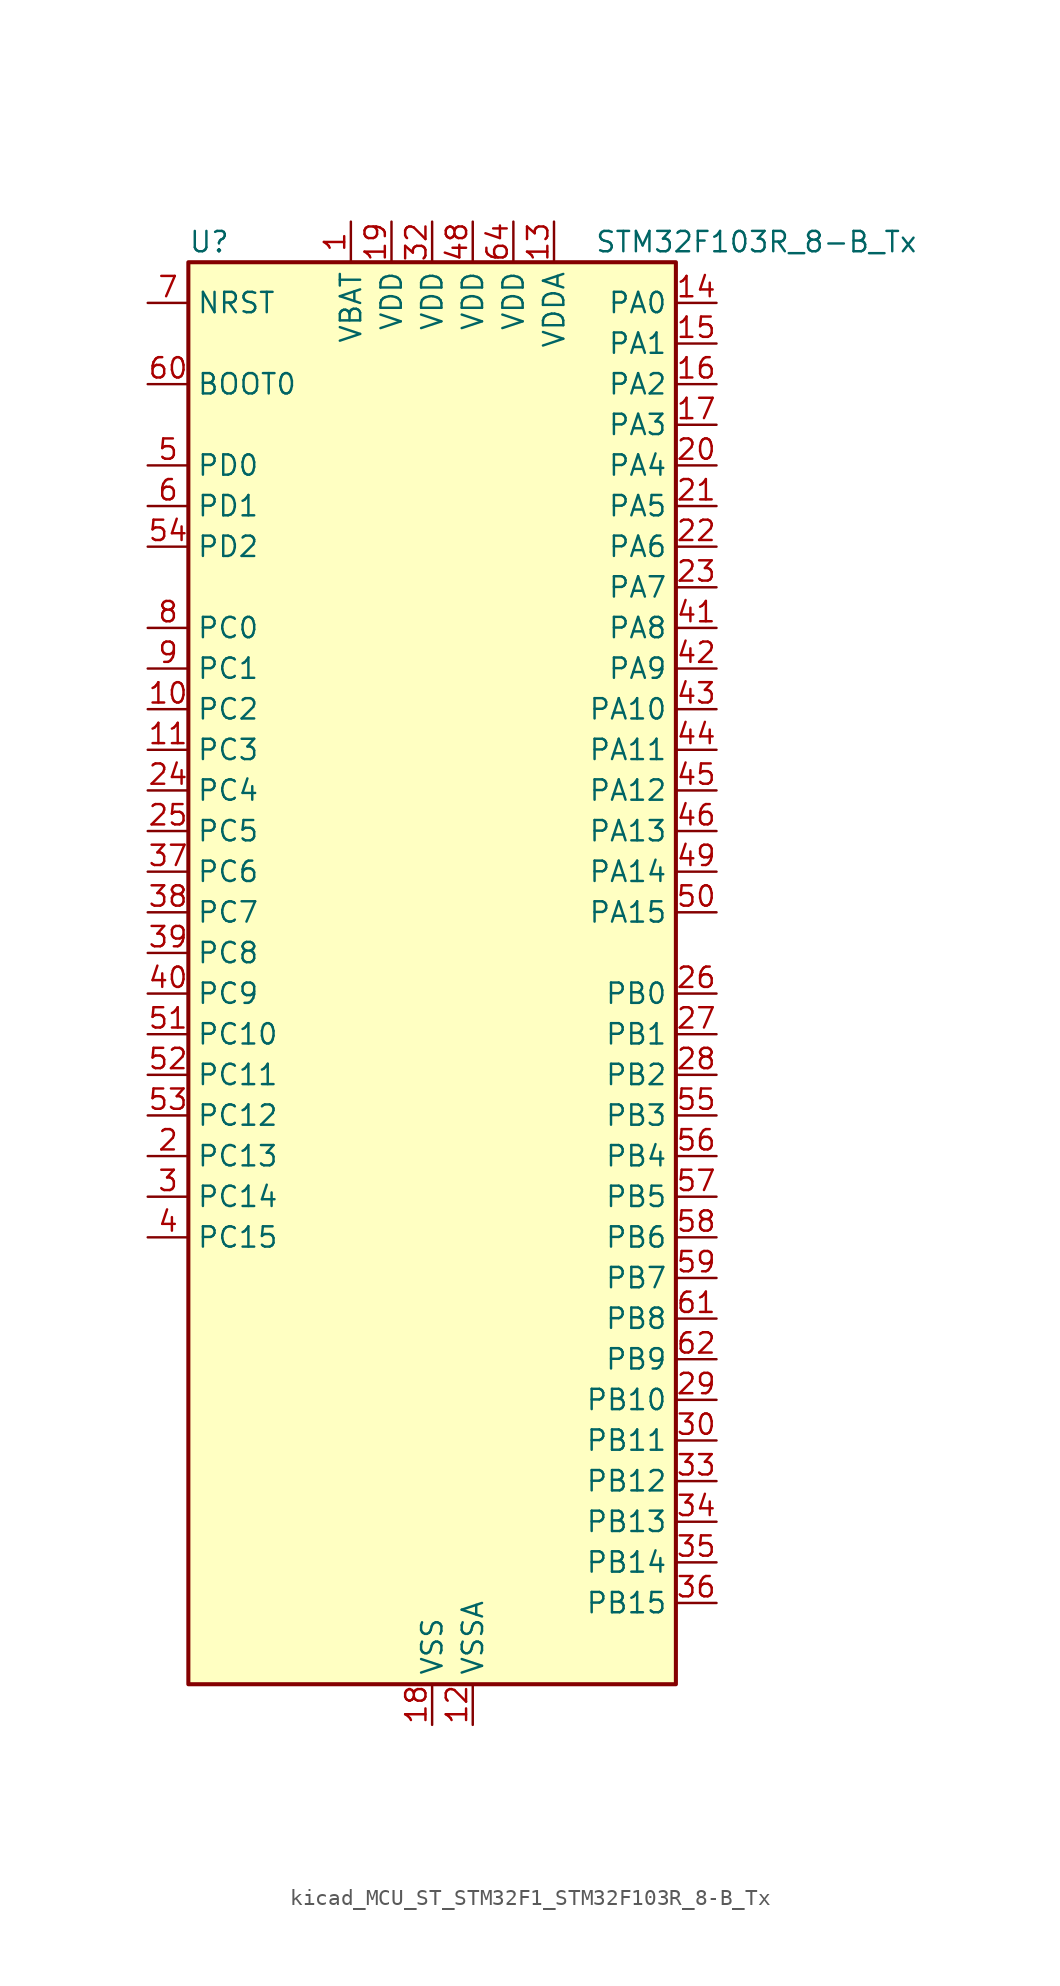
<source format=kicad_sym>
(kicad_symbol_lib
  (version 20220914)
  (generator kicad_symbol_editor)
  (symbol "kicad_MCU_ST_STM32F1_STM32F103R_8-B_Tx"
    (property "Reference" "U"
      (at -15.24 46.99 0)
      (effects (font (size 1.27 1.27)) (justify left)))
    (property "Value" "STM32F103R_8-B_Tx"
      (at 10.16 46.99 0)
      (effects (font (size 1.27 1.27)) (justify left)))
    (property "ki_locked" ""
      (at 0 0 0)
      (effects (font (size 1.27 1.27))))
    (symbol "kicad_MCU_ST_STM32F1_STM32F103R_8-B_Tx_0_1"
      (rectangle (start -15.24 -43.18) (end 15.24 45.72) (stroke (width 0.254) (type default)) (fill (type background))))
    (symbol "kicad_MCU_ST_STM32F1_STM32F103R_8-B_Tx_1_1"
      (pin power_in line (at -5.08 48.26 270) (length 2.54) (name "VBAT" (effects (font (size 1.27 1.27)))) (number "1" (effects (font (size 1.27 1.27)))))
      (pin bidirectional line (at -17.78 17.78 0) (length 2.54) (name "PC2" (effects (font (size 1.27 1.27)))) (number "10" (effects (font (size 1.27 1.27)))) (alternate "ADC1_IN12" bidirectional line) (alternate "ADC2_IN12" bidirectional line))
      (pin bidirectional line (at -17.78 15.24 0) (length 2.54) (name "PC3" (effects (font (size 1.27 1.27)))) (number "11" (effects (font (size 1.27 1.27)))) (alternate "ADC1_IN13" bidirectional line) (alternate "ADC2_IN13" bidirectional line))
      (pin power_in line (at 2.54 -45.72 90) (length 2.54) (name "VSSA" (effects (font (size 1.27 1.27)))) (number "12" (effects (font (size 1.27 1.27)))))
      (pin power_in line (at 7.62 48.26 270) (length 2.54) (name "VDDA" (effects (font (size 1.27 1.27)))) (number "13" (effects (font (size 1.27 1.27)))))
      (pin bidirectional line (at 17.78 43.18 180) (length 2.54) (name "PA0" (effects (font (size 1.27 1.27)))) (number "14" (effects (font (size 1.27 1.27)))) (alternate "ADC1_IN0" bidirectional line) (alternate "ADC2_IN0" bidirectional line) (alternate "SYS_WKUP" bidirectional line) (alternate "TIM2_CH1" bidirectional line) (alternate "TIM2_ETR" bidirectional line) (alternate "USART2_CTS" bidirectional line))
      (pin bidirectional line (at 17.78 40.64 180) (length 2.54) (name "PA1" (effects (font (size 1.27 1.27)))) (number "15" (effects (font (size 1.27 1.27)))) (alternate "ADC1_IN1" bidirectional line) (alternate "ADC2_IN1" bidirectional line) (alternate "TIM2_CH2" bidirectional line) (alternate "USART2_RTS" bidirectional line))
      (pin bidirectional line (at 17.78 38.1 180) (length 2.54) (name "PA2" (effects (font (size 1.27 1.27)))) (number "16" (effects (font (size 1.27 1.27)))) (alternate "ADC1_IN2" bidirectional line) (alternate "ADC2_IN2" bidirectional line) (alternate "TIM2_CH3" bidirectional line) (alternate "USART2_TX" bidirectional line))
      (pin bidirectional line (at 17.78 35.56 180) (length 2.54) (name "PA3" (effects (font (size 1.27 1.27)))) (number "17" (effects (font (size 1.27 1.27)))) (alternate "ADC1_IN3" bidirectional line) (alternate "ADC2_IN3" bidirectional line) (alternate "TIM2_CH4" bidirectional line) (alternate "USART2_RX" bidirectional line))
      (pin power_in line (at 0 -45.72 90) (length 2.54) (name "VSS" (effects (font (size 1.27 1.27)))) (number "18" (effects (font (size 1.27 1.27)))))
      (pin power_in line (at -2.54 48.26 270) (length 2.54) (name "VDD" (effects (font (size 1.27 1.27)))) (number "19" (effects (font (size 1.27 1.27)))))
      (pin bidirectional line (at -17.78 -10.16 0) (length 2.54) (name "PC13" (effects (font (size 1.27 1.27)))) (number "2" (effects (font (size 1.27 1.27)))) (alternate "RTC_OUT" bidirectional line) (alternate "RTC_TAMPER" bidirectional line))
      (pin bidirectional line (at 17.78 33.02 180) (length 2.54) (name "PA4" (effects (font (size 1.27 1.27)))) (number "20" (effects (font (size 1.27 1.27)))) (alternate "ADC1_IN4" bidirectional line) (alternate "ADC2_IN4" bidirectional line) (alternate "SPI1_NSS" bidirectional line) (alternate "USART2_CK" bidirectional line))
      (pin bidirectional line (at 17.78 30.48 180) (length 2.54) (name "PA5" (effects (font (size 1.27 1.27)))) (number "21" (effects (font (size 1.27 1.27)))) (alternate "ADC1_IN5" bidirectional line) (alternate "ADC2_IN5" bidirectional line) (alternate "SPI1_SCK" bidirectional line))
      (pin bidirectional line (at 17.78 27.94 180) (length 2.54) (name "PA6" (effects (font (size 1.27 1.27)))) (number "22" (effects (font (size 1.27 1.27)))) (alternate "ADC1_IN6" bidirectional line) (alternate "ADC2_IN6" bidirectional line) (alternate "SPI1_MISO" bidirectional line) (alternate "TIM1_BKIN" bidirectional line) (alternate "TIM3_CH1" bidirectional line))
      (pin bidirectional line (at 17.78 25.4 180) (length 2.54) (name "PA7" (effects (font (size 1.27 1.27)))) (number "23" (effects (font (size 1.27 1.27)))) (alternate "ADC1_IN7" bidirectional line) (alternate "ADC2_IN7" bidirectional line) (alternate "SPI1_MOSI" bidirectional line) (alternate "TIM1_CH1N" bidirectional line) (alternate "TIM3_CH2" bidirectional line))
      (pin bidirectional line (at -17.78 12.7 0) (length 2.54) (name "PC4" (effects (font (size 1.27 1.27)))) (number "24" (effects (font (size 1.27 1.27)))) (alternate "ADC1_IN14" bidirectional line) (alternate "ADC2_IN14" bidirectional line))
      (pin bidirectional line (at -17.78 10.16 0) (length 2.54) (name "PC5" (effects (font (size 1.27 1.27)))) (number "25" (effects (font (size 1.27 1.27)))) (alternate "ADC1_IN15" bidirectional line) (alternate "ADC2_IN15" bidirectional line))
      (pin bidirectional line (at 17.78 0 180) (length 2.54) (name "PB0" (effects (font (size 1.27 1.27)))) (number "26" (effects (font (size 1.27 1.27)))) (alternate "ADC1_IN8" bidirectional line) (alternate "ADC2_IN8" bidirectional line) (alternate "TIM1_CH2N" bidirectional line) (alternate "TIM3_CH3" bidirectional line))
      (pin bidirectional line (at 17.78 -2.54 180) (length 2.54) (name "PB1" (effects (font (size 1.27 1.27)))) (number "27" (effects (font (size 1.27 1.27)))) (alternate "ADC1_IN9" bidirectional line) (alternate "ADC2_IN9" bidirectional line) (alternate "TIM1_CH3N" bidirectional line) (alternate "TIM3_CH4" bidirectional line))
      (pin bidirectional line (at 17.78 -5.08 180) (length 2.54) (name "PB2" (effects (font (size 1.27 1.27)))) (number "28" (effects (font (size 1.27 1.27)))))
      (pin bidirectional line (at 17.78 -25.4 180) (length 2.54) (name "PB10" (effects (font (size 1.27 1.27)))) (number "29" (effects (font (size 1.27 1.27)))) (alternate "I2C2_SCL" bidirectional line) (alternate "TIM2_CH3" bidirectional line) (alternate "USART3_TX" bidirectional line))
      (pin bidirectional line (at -17.78 -12.7 0) (length 2.54) (name "PC14" (effects (font (size 1.27 1.27)))) (number "3" (effects (font (size 1.27 1.27)))) (alternate "RCC_OSC32_IN" bidirectional line))
      (pin bidirectional line (at 17.78 -27.94 180) (length 2.54) (name "PB11" (effects (font (size 1.27 1.27)))) (number "30" (effects (font (size 1.27 1.27)))) (alternate "ADC1_EXTI11" bidirectional line) (alternate "ADC2_EXTI11" bidirectional line) (alternate "I2C2_SDA" bidirectional line) (alternate "TIM2_CH4" bidirectional line) (alternate "USART3_RX" bidirectional line))
      (pin passive line (at 0 -45.72 90) (length 2.54) hide (name "VSS" (effects (font (size 1.27 1.27)))) (number "31" (effects (font (size 1.27 1.27)))))
      (pin power_in line (at 0 48.26 270) (length 2.54) (name "VDD" (effects (font (size 1.27 1.27)))) (number "32" (effects (font (size 1.27 1.27)))))
      (pin bidirectional line (at 17.78 -30.48 180) (length 2.54) (name "PB12" (effects (font (size 1.27 1.27)))) (number "33" (effects (font (size 1.27 1.27)))) (alternate "I2C2_SMBA" bidirectional line) (alternate "SPI2_NSS" bidirectional line) (alternate "TIM1_BKIN" bidirectional line) (alternate "USART3_CK" bidirectional line))
      (pin bidirectional line (at 17.78 -33.02 180) (length 2.54) (name "PB13" (effects (font (size 1.27 1.27)))) (number "34" (effects (font (size 1.27 1.27)))) (alternate "SPI2_SCK" bidirectional line) (alternate "TIM1_CH1N" bidirectional line) (alternate "USART3_CTS" bidirectional line))
      (pin bidirectional line (at 17.78 -35.56 180) (length 2.54) (name "PB14" (effects (font (size 1.27 1.27)))) (number "35" (effects (font (size 1.27 1.27)))) (alternate "SPI2_MISO" bidirectional line) (alternate "TIM1_CH2N" bidirectional line) (alternate "USART3_RTS" bidirectional line))
      (pin bidirectional line (at 17.78 -38.1 180) (length 2.54) (name "PB15" (effects (font (size 1.27 1.27)))) (number "36" (effects (font (size 1.27 1.27)))) (alternate "ADC1_EXTI15" bidirectional line) (alternate "ADC2_EXTI15" bidirectional line) (alternate "SPI2_MOSI" bidirectional line) (alternate "TIM1_CH3N" bidirectional line))
      (pin bidirectional line (at -17.78 7.62 0) (length 2.54) (name "PC6" (effects (font (size 1.27 1.27)))) (number "37" (effects (font (size 1.27 1.27)))) (alternate "TIM3_CH1" bidirectional line))
      (pin bidirectional line (at -17.78 5.08 0) (length 2.54) (name "PC7" (effects (font (size 1.27 1.27)))) (number "38" (effects (font (size 1.27 1.27)))) (alternate "TIM3_CH2" bidirectional line))
      (pin bidirectional line (at -17.78 2.54 0) (length 2.54) (name "PC8" (effects (font (size 1.27 1.27)))) (number "39" (effects (font (size 1.27 1.27)))) (alternate "TIM3_CH3" bidirectional line))
      (pin bidirectional line (at -17.78 -15.24 0) (length 2.54) (name "PC15" (effects (font (size 1.27 1.27)))) (number "4" (effects (font (size 1.27 1.27)))) (alternate "ADC1_EXTI15" bidirectional line) (alternate "ADC2_EXTI15" bidirectional line) (alternate "RCC_OSC32_OUT" bidirectional line))
      (pin bidirectional line (at -17.78 0 0) (length 2.54) (name "PC9" (effects (font (size 1.27 1.27)))) (number "40" (effects (font (size 1.27 1.27)))) (alternate "TIM3_CH4" bidirectional line))
      (pin bidirectional line (at 17.78 22.86 180) (length 2.54) (name "PA8" (effects (font (size 1.27 1.27)))) (number "41" (effects (font (size 1.27 1.27)))) (alternate "RCC_MCO" bidirectional line) (alternate "TIM1_CH1" bidirectional line) (alternate "USART1_CK" bidirectional line))
      (pin bidirectional line (at 17.78 20.32 180) (length 2.54) (name "PA9" (effects (font (size 1.27 1.27)))) (number "42" (effects (font (size 1.27 1.27)))) (alternate "TIM1_CH2" bidirectional line) (alternate "USART1_TX" bidirectional line))
      (pin bidirectional line (at 17.78 17.78 180) (length 2.54) (name "PA10" (effects (font (size 1.27 1.27)))) (number "43" (effects (font (size 1.27 1.27)))) (alternate "TIM1_CH3" bidirectional line) (alternate "USART1_RX" bidirectional line))
      (pin bidirectional line (at 17.78 15.24 180) (length 2.54) (name "PA11" (effects (font (size 1.27 1.27)))) (number "44" (effects (font (size 1.27 1.27)))) (alternate "ADC1_EXTI11" bidirectional line) (alternate "ADC2_EXTI11" bidirectional line) (alternate "CAN_RX" bidirectional line) (alternate "TIM1_CH4" bidirectional line) (alternate "USART1_CTS" bidirectional line) (alternate "USB_DM" bidirectional line))
      (pin bidirectional line (at 17.78 12.7 180) (length 2.54) (name "PA12" (effects (font (size 1.27 1.27)))) (number "45" (effects (font (size 1.27 1.27)))) (alternate "CAN_TX" bidirectional line) (alternate "TIM1_ETR" bidirectional line) (alternate "USART1_RTS" bidirectional line) (alternate "USB_DP" bidirectional line))
      (pin bidirectional line (at 17.78 10.16 180) (length 2.54) (name "PA13" (effects (font (size 1.27 1.27)))) (number "46" (effects (font (size 1.27 1.27)))) (alternate "SYS_JTMS-SWDIO" bidirectional line))
      (pin passive line (at 0 -45.72 90) (length 2.54) hide (name "VSS" (effects (font (size 1.27 1.27)))) (number "47" (effects (font (size 1.27 1.27)))))
      (pin power_in line (at 2.54 48.26 270) (length 2.54) (name "VDD" (effects (font (size 1.27 1.27)))) (number "48" (effects (font (size 1.27 1.27)))))
      (pin bidirectional line (at 17.78 7.62 180) (length 2.54) (name "PA14" (effects (font (size 1.27 1.27)))) (number "49" (effects (font (size 1.27 1.27)))) (alternate "SYS_JTCK-SWCLK" bidirectional line))
      (pin bidirectional line (at -17.78 33.02 0) (length 2.54) (name "PD0" (effects (font (size 1.27 1.27)))) (number "5" (effects (font (size 1.27 1.27)))) (alternate "RCC_OSC_IN" bidirectional line))
      (pin bidirectional line (at 17.78 5.08 180) (length 2.54) (name "PA15" (effects (font (size 1.27 1.27)))) (number "50" (effects (font (size 1.27 1.27)))) (alternate "ADC1_EXTI15" bidirectional line) (alternate "ADC2_EXTI15" bidirectional line) (alternate "SPI1_NSS" bidirectional line) (alternate "SYS_JTDI" bidirectional line) (alternate "TIM2_CH1" bidirectional line) (alternate "TIM2_ETR" bidirectional line))
      (pin bidirectional line (at -17.78 -2.54 0) (length 2.54) (name "PC10" (effects (font (size 1.27 1.27)))) (number "51" (effects (font (size 1.27 1.27)))) (alternate "USART3_TX" bidirectional line))
      (pin bidirectional line (at -17.78 -5.08 0) (length 2.54) (name "PC11" (effects (font (size 1.27 1.27)))) (number "52" (effects (font (size 1.27 1.27)))) (alternate "ADC1_EXTI11" bidirectional line) (alternate "ADC2_EXTI11" bidirectional line) (alternate "USART3_RX" bidirectional line))
      (pin bidirectional line (at -17.78 -7.62 0) (length 2.54) (name "PC12" (effects (font (size 1.27 1.27)))) (number "53" (effects (font (size 1.27 1.27)))) (alternate "USART3_CK" bidirectional line))
      (pin bidirectional line (at -17.78 27.94 0) (length 2.54) (name "PD2" (effects (font (size 1.27 1.27)))) (number "54" (effects (font (size 1.27 1.27)))) (alternate "TIM3_ETR" bidirectional line))
      (pin bidirectional line (at 17.78 -7.62 180) (length 2.54) (name "PB3" (effects (font (size 1.27 1.27)))) (number "55" (effects (font (size 1.27 1.27)))) (alternate "SPI1_SCK" bidirectional line) (alternate "SYS_JTDO-TRACESWO" bidirectional line) (alternate "TIM2_CH2" bidirectional line))
      (pin bidirectional line (at 17.78 -10.16 180) (length 2.54) (name "PB4" (effects (font (size 1.27 1.27)))) (number "56" (effects (font (size 1.27 1.27)))) (alternate "SPI1_MISO" bidirectional line) (alternate "SYS_NJTRST" bidirectional line) (alternate "TIM3_CH1" bidirectional line))
      (pin bidirectional line (at 17.78 -12.7 180) (length 2.54) (name "PB5" (effects (font (size 1.27 1.27)))) (number "57" (effects (font (size 1.27 1.27)))) (alternate "I2C1_SMBA" bidirectional line) (alternate "SPI1_MOSI" bidirectional line) (alternate "TIM3_CH2" bidirectional line))
      (pin bidirectional line (at 17.78 -15.24 180) (length 2.54) (name "PB6" (effects (font (size 1.27 1.27)))) (number "58" (effects (font (size 1.27 1.27)))) (alternate "I2C1_SCL" bidirectional line) (alternate "TIM4_CH1" bidirectional line) (alternate "USART1_TX" bidirectional line))
      (pin bidirectional line (at 17.78 -17.78 180) (length 2.54) (name "PB7" (effects (font (size 1.27 1.27)))) (number "59" (effects (font (size 1.27 1.27)))) (alternate "I2C1_SDA" bidirectional line) (alternate "TIM4_CH2" bidirectional line) (alternate "USART1_RX" bidirectional line))
      (pin bidirectional line (at -17.78 30.48 0) (length 2.54) (name "PD1" (effects (font (size 1.27 1.27)))) (number "6" (effects (font (size 1.27 1.27)))) (alternate "RCC_OSC_OUT" bidirectional line))
      (pin input line (at -17.78 38.1 0) (length 2.54) (name "BOOT0" (effects (font (size 1.27 1.27)))) (number "60" (effects (font (size 1.27 1.27)))))
      (pin bidirectional line (at 17.78 -20.32 180) (length 2.54) (name "PB8" (effects (font (size 1.27 1.27)))) (number "61" (effects (font (size 1.27 1.27)))) (alternate "CAN_RX" bidirectional line) (alternate "I2C1_SCL" bidirectional line) (alternate "TIM4_CH3" bidirectional line))
      (pin bidirectional line (at 17.78 -22.86 180) (length 2.54) (name "PB9" (effects (font (size 1.27 1.27)))) (number "62" (effects (font (size 1.27 1.27)))) (alternate "CAN_TX" bidirectional line) (alternate "I2C1_SDA" bidirectional line) (alternate "TIM4_CH4" bidirectional line))
      (pin passive line (at 0 -45.72 90) (length 2.54) hide (name "VSS" (effects (font (size 1.27 1.27)))) (number "63" (effects (font (size 1.27 1.27)))))
      (pin power_in line (at 5.08 48.26 270) (length 2.54) (name "VDD" (effects (font (size 1.27 1.27)))) (number "64" (effects (font (size 1.27 1.27)))))
      (pin input line (at -17.78 43.18 0) (length 2.54) (name "NRST" (effects (font (size 1.27 1.27)))) (number "7" (effects (font (size 1.27 1.27)))))
      (pin bidirectional line (at -17.78 22.86 0) (length 2.54) (name "PC0" (effects (font (size 1.27 1.27)))) (number "8" (effects (font (size 1.27 1.27)))) (alternate "ADC1_IN10" bidirectional line) (alternate "ADC2_IN10" bidirectional line))
      (pin bidirectional line (at -17.78 20.32 0) (length 2.54) (name "PC1" (effects (font (size 1.27 1.27)))) (number "9" (effects (font (size 1.27 1.27)))) (alternate "ADC1_IN11" bidirectional line) (alternate "ADC2_IN11" bidirectional line)))))
</source>
